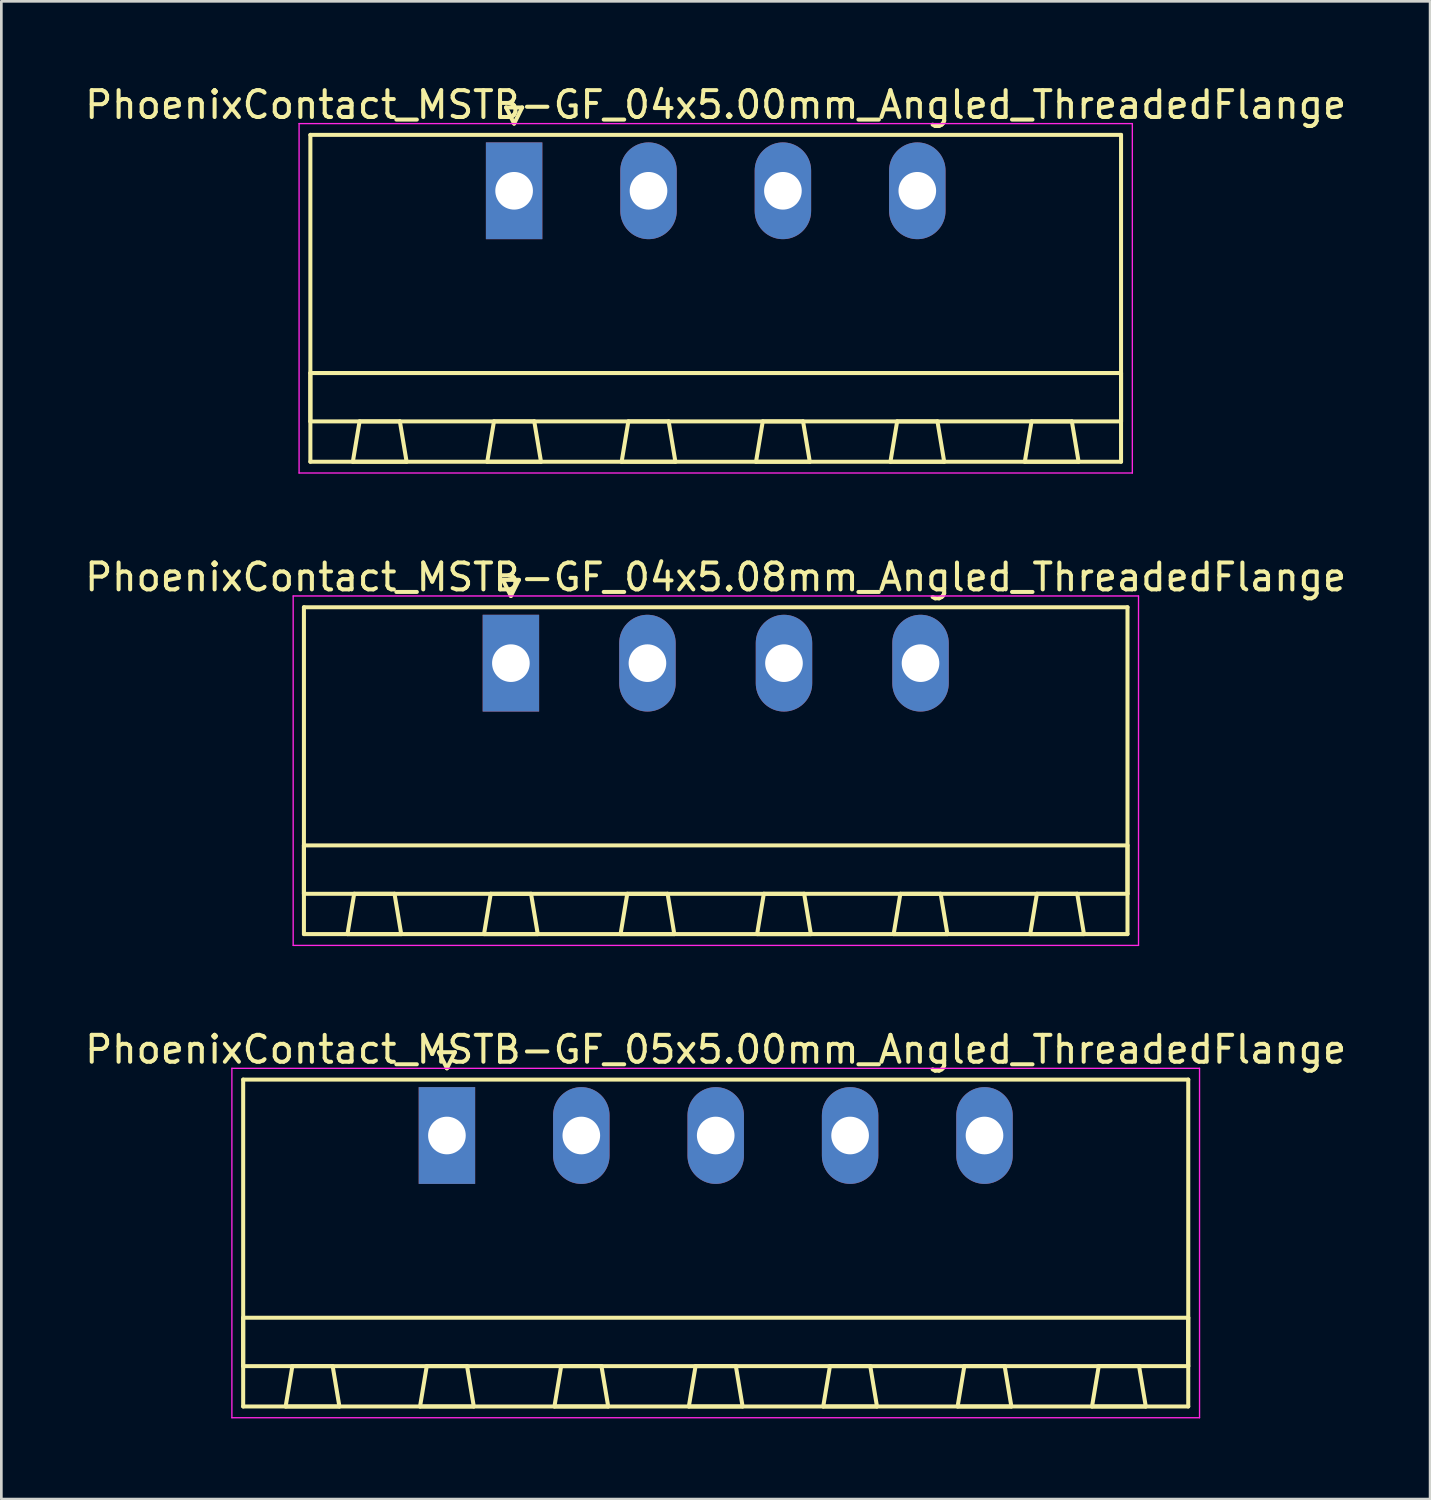
<source format=kicad_pcb>
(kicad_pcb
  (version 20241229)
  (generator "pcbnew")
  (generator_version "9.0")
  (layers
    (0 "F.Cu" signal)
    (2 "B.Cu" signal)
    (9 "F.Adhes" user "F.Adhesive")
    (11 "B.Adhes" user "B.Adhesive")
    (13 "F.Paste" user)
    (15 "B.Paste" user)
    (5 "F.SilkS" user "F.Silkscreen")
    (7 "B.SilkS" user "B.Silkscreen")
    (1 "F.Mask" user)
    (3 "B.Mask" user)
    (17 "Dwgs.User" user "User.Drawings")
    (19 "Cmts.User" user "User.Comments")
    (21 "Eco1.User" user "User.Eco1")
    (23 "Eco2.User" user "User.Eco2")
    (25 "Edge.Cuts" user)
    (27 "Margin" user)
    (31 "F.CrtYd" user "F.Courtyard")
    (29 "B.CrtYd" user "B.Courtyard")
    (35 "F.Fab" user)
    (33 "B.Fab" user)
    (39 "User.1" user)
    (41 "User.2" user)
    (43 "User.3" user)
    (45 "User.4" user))
  (footprint "PhoenixContact_MSTB-GF_04x5.00mm_Angled_ThreadedFlange"
    (layer "F.Cu")
    (at 16.077 4.048)
    (property "Reference" "PhoenixContact_MSTB-GF_04x5.00mm_Angled_ThreadedFlange" (at 7.5 -3.2 0) (layer "F.SilkS") (effects (font (size 1 1) (thickness 0.15))))
    (attr through_hole)
    (fp_line (start -7.58 -2.08) (end -7.58 10.08) (stroke (width 0.15) (type solid)) (layer "F.SilkS"))
    (fp_line (start -7.58 6.78) (end 22.58 6.78) (stroke (width 0.15) (type solid)) (layer "F.SilkS"))
    (fp_line (start -7.58 8.58) (end -7.58 6.78) (stroke (width 0.15) (type solid)) (layer "F.SilkS"))
    (fp_line (start -7.58 10.08) (end 22.58 10.08) (stroke (width 0.15) (type solid)) (layer "F.SilkS"))
    (fp_line (start -6 10.08) (end -4 10.08) (stroke (width 0.15) (type solid)) (layer "F.SilkS"))
    (fp_line (start -5.75 8.58) (end -6 10.08) (stroke (width 0.15) (type solid)) (layer "F.SilkS"))
    (fp_line (start -4.25 8.58) (end -5.75 8.58) (stroke (width 0.15) (type solid)) (layer "F.SilkS"))
    (fp_line (start -4 10.08) (end -4.25 8.58) (stroke (width 0.15) (type solid)) (layer "F.SilkS"))
    (fp_line (start -1 10.08) (end 1 10.08) (stroke (width 0.15) (type solid)) (layer "F.SilkS"))
    (fp_line (start -0.75 8.58) (end -1 10.08) (stroke (width 0.15) (type solid)) (layer "F.SilkS"))
    (fp_line (start -0.3 -3.1) (end 0 -2.5) (stroke (width 0.15) (type solid)) (layer "F.SilkS"))
    (fp_line (start 0 -2.5) (end 0.3 -3.1) (stroke (width 0.15) (type solid)) (layer "F.SilkS"))
    (fp_line (start 0.3 -3.1) (end -0.3 -3.1) (stroke (width 0.15) (type solid)) (layer "F.SilkS"))
    (fp_line (start 0.75 8.58) (end -0.75 8.58) (stroke (width 0.15) (type solid)) (layer "F.SilkS"))
    (fp_line (start 1 10.08) (end 0.75 8.58) (stroke (width 0.15) (type solid)) (layer "F.SilkS"))
    (fp_line (start 4 10.08) (end 6 10.08) (stroke (width 0.15) (type solid)) (layer "F.SilkS"))
    (fp_line (start 4.25 8.58) (end 4 10.08) (stroke (width 0.15) (type solid)) (layer "F.SilkS"))
    (fp_line (start 5.75 8.58) (end 4.25 8.58) (stroke (width 0.15) (type solid)) (layer "F.SilkS"))
    (fp_line (start 6 10.08) (end 5.75 8.58) (stroke (width 0.15) (type solid)) (layer "F.SilkS"))
    (fp_line (start 9 10.08) (end 11 10.08) (stroke (width 0.15) (type solid)) (layer "F.SilkS"))
    (fp_line (start 9.25 8.58) (end 9 10.08) (stroke (width 0.15) (type solid)) (layer "F.SilkS"))
    (fp_line (start 10.75 8.58) (end 9.25 8.58) (stroke (width 0.15) (type solid)) (layer "F.SilkS"))
    (fp_line (start 11 10.08) (end 10.75 8.58) (stroke (width 0.15) (type solid)) (layer "F.SilkS"))
    (fp_line (start 14 10.08) (end 16 10.08) (stroke (width 0.15) (type solid)) (layer "F.SilkS"))
    (fp_line (start 14.25 8.58) (end 14 10.08) (stroke (width 0.15) (type solid)) (layer "F.SilkS"))
    (fp_line (start 15.75 8.58) (end 14.25 8.58) (stroke (width 0.15) (type solid)) (layer "F.SilkS"))
    (fp_line (start 16 10.08) (end 15.75 8.58) (stroke (width 0.15) (type solid)) (layer "F.SilkS"))
    (fp_line (start 19 10.08) (end 21 10.08) (stroke (width 0.15) (type solid)) (layer "F.SilkS"))
    (fp_line (start 19.25 8.58) (end 19 10.08) (stroke (width 0.15) (type solid)) (layer "F.SilkS"))
    (fp_line (start 20.75 8.58) (end 19.25 8.58) (stroke (width 0.15) (type solid)) (layer "F.SilkS"))
    (fp_line (start 21 10.08) (end 20.75 8.58) (stroke (width 0.15) (type solid)) (layer "F.SilkS"))
    (fp_line (start 22.58 -2.08) (end -7.58 -2.08) (stroke (width 0.15) (type solid)) (layer "F.SilkS"))
    (fp_line (start 22.58 6.78) (end 22.58 8.58) (stroke (width 0.15) (type solid)) (layer "F.SilkS"))
    (fp_line (start 22.58 8.58) (end -7.58 8.58) (stroke (width 0.15) (type solid)) (layer "F.SilkS"))
    (fp_line (start 22.58 10.08) (end 22.58 -2.08) (stroke (width 0.15) (type solid)) (layer "F.SilkS"))
    (fp_line (start -8 -2.5) (end -8 10.5) (stroke (width 0.05) (type solid)) (layer "F.CrtYd"))
    (fp_line (start -8 10.5) (end 23 10.5) (stroke (width 0.05) (type solid)) (layer "F.CrtYd"))
    (fp_line (start 23 -2.5) (end -8 -2.5) (stroke (width 0.05) (type solid)) (layer "F.CrtYd"))
    (fp_line (start 23 10.5) (end 23 -2.5) (stroke (width 0.05) (type solid)) (layer "F.CrtYd"))
    (pad "1" thru_hole rect (at 0 0) (size 2.1 3.6) (drill 1.4) (layers "*.Cu" "*.Mask"))
    (pad "2" thru_hole oval (at 5 0) (size 2.1 3.6) (drill 1.4) (layers "*.Cu" "*.Mask"))
    (pad "3" thru_hole oval (at 10 0) (size 2.1 3.6) (drill 1.4) (layers "*.Cu" "*.Mask"))
    (pad "4" thru_hole oval (at 15 0) (size 2.1 3.6) (drill 1.4) (layers "*.Cu" "*.Mask")))
  (footprint "PhoenixContact_MSTB-GF_04x5.08mm_Angled_ThreadedFlange"
    (layer "F.Cu")
    (at 15.957 21.622)
    (property "Reference" "PhoenixContact_MSTB-GF_04x5.08mm_Angled_ThreadedFlange" (at 7.62 -3.2 0) (layer "F.SilkS") (effects (font (size 1 1) (thickness 0.15))))
    (attr through_hole)
    (fp_line (start -7.7 -2.08) (end -7.7 10.08) (stroke (width 0.15) (type solid)) (layer "F.SilkS"))
    (fp_line (start -7.7 6.78) (end 22.94 6.78) (stroke (width 0.15) (type solid)) (layer "F.SilkS"))
    (fp_line (start -7.7 8.58) (end -7.7 6.78) (stroke (width 0.15) (type solid)) (layer "F.SilkS"))
    (fp_line (start -7.7 10.08) (end 22.94 10.08) (stroke (width 0.15) (type solid)) (layer "F.SilkS"))
    (fp_line (start -6.08 10.08) (end -4.08 10.08) (stroke (width 0.15) (type solid)) (layer "F.SilkS"))
    (fp_line (start -5.83 8.58) (end -6.08 10.08) (stroke (width 0.15) (type solid)) (layer "F.SilkS"))
    (fp_line (start -4.33 8.58) (end -5.83 8.58) (stroke (width 0.15) (type solid)) (layer "F.SilkS"))
    (fp_line (start -4.08 10.08) (end -4.33 8.58) (stroke (width 0.15) (type solid)) (layer "F.SilkS"))
    (fp_line (start -1 10.08) (end 1 10.08) (stroke (width 0.15) (type solid)) (layer "F.SilkS"))
    (fp_line (start -0.75 8.58) (end -1 10.08) (stroke (width 0.15) (type solid)) (layer "F.SilkS"))
    (fp_line (start -0.3 -3.1) (end 0 -2.5) (stroke (width 0.15) (type solid)) (layer "F.SilkS"))
    (fp_line (start 0 -2.5) (end 0.3 -3.1) (stroke (width 0.15) (type solid)) (layer "F.SilkS"))
    (fp_line (start 0.3 -3.1) (end -0.3 -3.1) (stroke (width 0.15) (type solid)) (layer "F.SilkS"))
    (fp_line (start 0.75 8.58) (end -0.75 8.58) (stroke (width 0.15) (type solid)) (layer "F.SilkS"))
    (fp_line (start 1 10.08) (end 0.75 8.58) (stroke (width 0.15) (type solid)) (layer "F.SilkS"))
    (fp_line (start 4.08 10.08) (end 6.08 10.08) (stroke (width 0.15) (type solid)) (layer "F.SilkS"))
    (fp_line (start 4.33 8.58) (end 4.08 10.08) (stroke (width 0.15) (type solid)) (layer "F.SilkS"))
    (fp_line (start 5.83 8.58) (end 4.33 8.58) (stroke (width 0.15) (type solid)) (layer "F.SilkS"))
    (fp_line (start 6.08 10.08) (end 5.83 8.58) (stroke (width 0.15) (type solid)) (layer "F.SilkS"))
    (fp_line (start 9.16 10.08) (end 11.16 10.08) (stroke (width 0.15) (type solid)) (layer "F.SilkS"))
    (fp_line (start 9.41 8.58) (end 9.16 10.08) (stroke (width 0.15) (type solid)) (layer "F.SilkS"))
    (fp_line (start 10.91 8.58) (end 9.41 8.58) (stroke (width 0.15) (type solid)) (layer "F.SilkS"))
    (fp_line (start 11.16 10.08) (end 10.91 8.58) (stroke (width 0.15) (type solid)) (layer "F.SilkS"))
    (fp_line (start 14.24 10.08) (end 16.24 10.08) (stroke (width 0.15) (type solid)) (layer "F.SilkS"))
    (fp_line (start 14.49 8.58) (end 14.24 10.08) (stroke (width 0.15) (type solid)) (layer "F.SilkS"))
    (fp_line (start 15.99 8.58) (end 14.49 8.58) (stroke (width 0.15) (type solid)) (layer "F.SilkS"))
    (fp_line (start 16.24 10.08) (end 15.99 8.58) (stroke (width 0.15) (type solid)) (layer "F.SilkS"))
    (fp_line (start 19.32 10.08) (end 21.32 10.08) (stroke (width 0.15) (type solid)) (layer "F.SilkS"))
    (fp_line (start 19.57 8.58) (end 19.32 10.08) (stroke (width 0.15) (type solid)) (layer "F.SilkS"))
    (fp_line (start 21.07 8.58) (end 19.57 8.58) (stroke (width 0.15) (type solid)) (layer "F.SilkS"))
    (fp_line (start 21.32 10.08) (end 21.07 8.58) (stroke (width 0.15) (type solid)) (layer "F.SilkS"))
    (fp_line (start 22.94 -2.08) (end -7.7 -2.08) (stroke (width 0.15) (type solid)) (layer "F.SilkS"))
    (fp_line (start 22.94 6.78) (end 22.94 8.58) (stroke (width 0.15) (type solid)) (layer "F.SilkS"))
    (fp_line (start 22.94 8.58) (end -7.7 8.58) (stroke (width 0.15) (type solid)) (layer "F.SilkS"))
    (fp_line (start 22.94 10.08) (end 22.94 -2.08) (stroke (width 0.15) (type solid)) (layer "F.SilkS"))
    (fp_line (start -8.1 -2.5) (end -8.1 10.5) (stroke (width 0.05) (type solid)) (layer "F.CrtYd"))
    (fp_line (start -8.1 10.5) (end 23.35 10.5) (stroke (width 0.05) (type solid)) (layer "F.CrtYd"))
    (fp_line (start 23.35 -2.5) (end -8.1 -2.5) (stroke (width 0.05) (type solid)) (layer "F.CrtYd"))
    (fp_line (start 23.35 10.5) (end 23.35 -2.5) (stroke (width 0.05) (type solid)) (layer "F.CrtYd"))
    (pad "1" thru_hole rect (at 0 0) (size 2.1 3.6) (drill 1.4) (layers "*.Cu" "*.Mask"))
    (pad "2" thru_hole oval (at 5.08 0) (size 2.1 3.6) (drill 1.4) (layers "*.Cu" "*.Mask"))
    (pad "3" thru_hole oval (at 10.16 0) (size 2.1 3.6) (drill 1.4) (layers "*.Cu" "*.Mask"))
    (pad "4" thru_hole oval (at 15.24 0) (size 2.1 3.6) (drill 1.4) (layers "*.Cu" "*.Mask")))
  (footprint "PhoenixContact_MSTB-GF_05x5.00mm_Angled_ThreadedFlange"
    (layer "F.Cu")
    (at 13.577 39.195)
    (property "Reference" "PhoenixContact_MSTB-GF_05x5.00mm_Angled_ThreadedFlange" (at 10 -3.2 0) (layer "F.SilkS") (effects (font (size 1 1) (thickness 0.15))))
    (attr through_hole)
    (fp_line (start -7.58 -2.08) (end -7.58 10.08) (stroke (width 0.15) (type solid)) (layer "F.SilkS"))
    (fp_line (start -7.58 6.78) (end 27.58 6.78) (stroke (width 0.15) (type solid)) (layer "F.SilkS"))
    (fp_line (start -7.58 8.58) (end -7.58 6.78) (stroke (width 0.15) (type solid)) (layer "F.SilkS"))
    (fp_line (start -7.58 10.08) (end 27.58 10.08) (stroke (width 0.15) (type solid)) (layer "F.SilkS"))
    (fp_line (start -6 10.08) (end -4 10.08) (stroke (width 0.15) (type solid)) (layer "F.SilkS"))
    (fp_line (start -5.75 8.58) (end -6 10.08) (stroke (width 0.15) (type solid)) (layer "F.SilkS"))
    (fp_line (start -4.25 8.58) (end -5.75 8.58) (stroke (width 0.15) (type solid)) (layer "F.SilkS"))
    (fp_line (start -4 10.08) (end -4.25 8.58) (stroke (width 0.15) (type solid)) (layer "F.SilkS"))
    (fp_line (start -1 10.08) (end 1 10.08) (stroke (width 0.15) (type solid)) (layer "F.SilkS"))
    (fp_line (start -0.75 8.58) (end -1 10.08) (stroke (width 0.15) (type solid)) (layer "F.SilkS"))
    (fp_line (start -0.3 -3.1) (end 0 -2.5) (stroke (width 0.15) (type solid)) (layer "F.SilkS"))
    (fp_line (start 0 -2.5) (end 0.3 -3.1) (stroke (width 0.15) (type solid)) (layer "F.SilkS"))
    (fp_line (start 0.3 -3.1) (end -0.3 -3.1) (stroke (width 0.15) (type solid)) (layer "F.SilkS"))
    (fp_line (start 0.75 8.58) (end -0.75 8.58) (stroke (width 0.15) (type solid)) (layer "F.SilkS"))
    (fp_line (start 1 10.08) (end 0.75 8.58) (stroke (width 0.15) (type solid)) (layer "F.SilkS"))
    (fp_line (start 4 10.08) (end 6 10.08) (stroke (width 0.15) (type solid)) (layer "F.SilkS"))
    (fp_line (start 4.25 8.58) (end 4 10.08) (stroke (width 0.15) (type solid)) (layer "F.SilkS"))
    (fp_line (start 5.75 8.58) (end 4.25 8.58) (stroke (width 0.15) (type solid)) (layer "F.SilkS"))
    (fp_line (start 6 10.08) (end 5.75 8.58) (stroke (width 0.15) (type solid)) (layer "F.SilkS"))
    (fp_line (start 9 10.08) (end 11 10.08) (stroke (width 0.15) (type solid)) (layer "F.SilkS"))
    (fp_line (start 9.25 8.58) (end 9 10.08) (stroke (width 0.15) (type solid)) (layer "F.SilkS"))
    (fp_line (start 10.75 8.58) (end 9.25 8.58) (stroke (width 0.15) (type solid)) (layer "F.SilkS"))
    (fp_line (start 11 10.08) (end 10.75 8.58) (stroke (width 0.15) (type solid)) (layer "F.SilkS"))
    (fp_line (start 14 10.08) (end 16 10.08) (stroke (width 0.15) (type solid)) (layer "F.SilkS"))
    (fp_line (start 14.25 8.58) (end 14 10.08) (stroke (width 0.15) (type solid)) (layer "F.SilkS"))
    (fp_line (start 15.75 8.58) (end 14.25 8.58) (stroke (width 0.15) (type solid)) (layer "F.SilkS"))
    (fp_line (start 16 10.08) (end 15.75 8.58) (stroke (width 0.15) (type solid)) (layer "F.SilkS"))
    (fp_line (start 19 10.08) (end 21 10.08) (stroke (width 0.15) (type solid)) (layer "F.SilkS"))
    (fp_line (start 19.25 8.58) (end 19 10.08) (stroke (width 0.15) (type solid)) (layer "F.SilkS"))
    (fp_line (start 20.75 8.58) (end 19.25 8.58) (stroke (width 0.15) (type solid)) (layer "F.SilkS"))
    (fp_line (start 21 10.08) (end 20.75 8.58) (stroke (width 0.15) (type solid)) (layer "F.SilkS"))
    (fp_line (start 24 10.08) (end 26 10.08) (stroke (width 0.15) (type solid)) (layer "F.SilkS"))
    (fp_line (start 24.25 8.58) (end 24 10.08) (stroke (width 0.15) (type solid)) (layer "F.SilkS"))
    (fp_line (start 25.75 8.58) (end 24.25 8.58) (stroke (width 0.15) (type solid)) (layer "F.SilkS"))
    (fp_line (start 26 10.08) (end 25.75 8.58) (stroke (width 0.15) (type solid)) (layer "F.SilkS"))
    (fp_line (start 27.58 -2.08) (end -7.58 -2.08) (stroke (width 0.15) (type solid)) (layer "F.SilkS"))
    (fp_line (start 27.58 6.78) (end 27.58 8.58) (stroke (width 0.15) (type solid)) (layer "F.SilkS"))
    (fp_line (start 27.58 8.58) (end -7.58 8.58) (stroke (width 0.15) (type solid)) (layer "F.SilkS"))
    (fp_line (start 27.58 10.08) (end 27.58 -2.08) (stroke (width 0.15) (type solid)) (layer "F.SilkS"))
    (fp_line (start -8 -2.5) (end -8 10.5) (stroke (width 0.05) (type solid)) (layer "F.CrtYd"))
    (fp_line (start -8 10.5) (end 28 10.5) (stroke (width 0.05) (type solid)) (layer "F.CrtYd"))
    (fp_line (start 28 -2.5) (end -8 -2.5) (stroke (width 0.05) (type solid)) (layer "F.CrtYd"))
    (fp_line (start 28 10.5) (end 28 -2.5) (stroke (width 0.05) (type solid)) (layer "F.CrtYd"))
    (pad "1" thru_hole rect (at 0 0) (size 2.1 3.6) (drill 1.4) (layers "*.Cu" "*.Mask"))
    (pad "2" thru_hole oval (at 5 0) (size 2.1 3.6) (drill 1.4) (layers "*.Cu" "*.Mask"))
    (pad "3" thru_hole oval (at 10 0) (size 2.1 3.6) (drill 1.4) (layers "*.Cu" "*.Mask"))
    (pad "4" thru_hole oval (at 15 0) (size 2.1 3.6) (drill 1.4) (layers "*.Cu" "*.Mask"))
    (pad "5" thru_hole oval (at 20 0) (size 2.1 3.6) (drill 1.4) (layers "*.Cu" "*.Mask")))
  (gr_rect
    (start -3 -3)
    (end 50.155 52.72)
    (stroke (width 0.1) (type default))
    (fill no)
    (layer "Edge.Cuts")))
</source>
